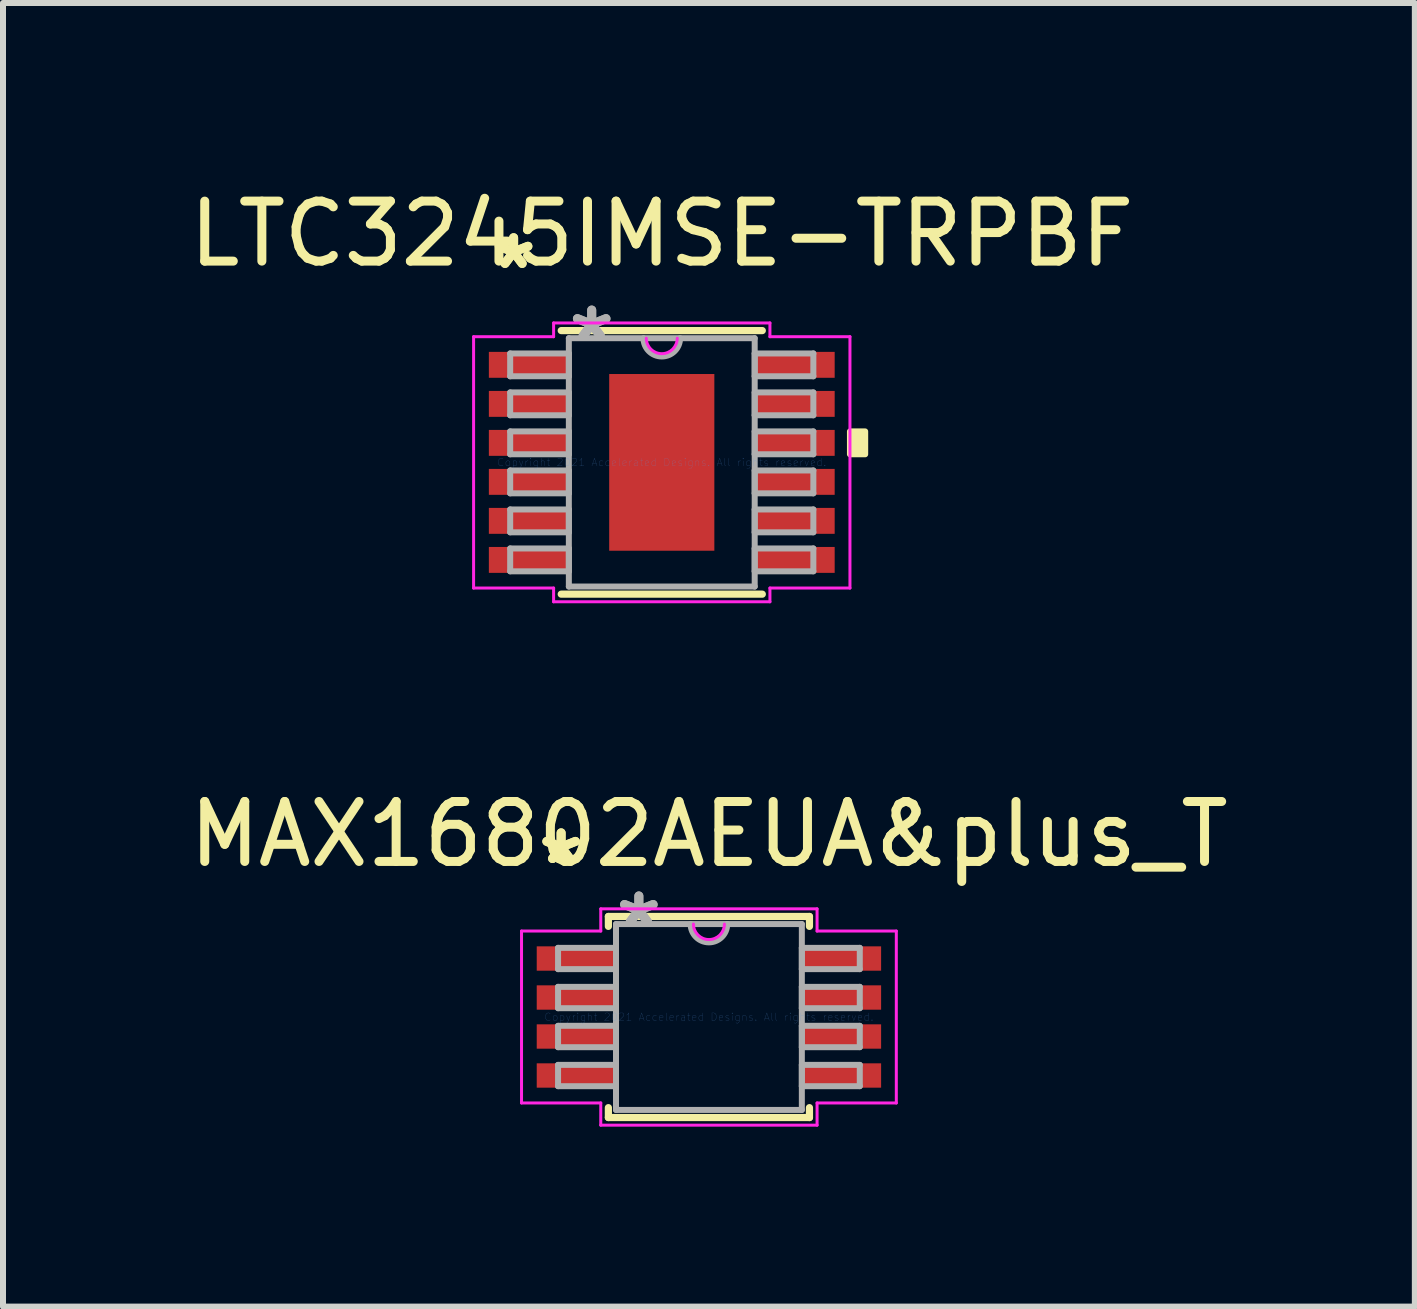
<source format=kicad_pcb>
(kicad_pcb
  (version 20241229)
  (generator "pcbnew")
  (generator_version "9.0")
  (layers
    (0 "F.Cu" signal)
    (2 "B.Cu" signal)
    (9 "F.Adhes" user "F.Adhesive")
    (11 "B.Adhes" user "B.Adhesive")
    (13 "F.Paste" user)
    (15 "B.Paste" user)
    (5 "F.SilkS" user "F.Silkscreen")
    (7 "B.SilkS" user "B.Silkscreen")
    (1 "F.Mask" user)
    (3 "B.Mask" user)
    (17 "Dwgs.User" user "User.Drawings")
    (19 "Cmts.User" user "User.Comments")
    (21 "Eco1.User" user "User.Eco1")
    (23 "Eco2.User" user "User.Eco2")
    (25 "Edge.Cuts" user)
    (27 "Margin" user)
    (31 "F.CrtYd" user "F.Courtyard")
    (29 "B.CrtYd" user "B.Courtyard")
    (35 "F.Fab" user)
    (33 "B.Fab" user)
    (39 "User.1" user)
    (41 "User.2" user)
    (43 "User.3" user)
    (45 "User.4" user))
  (footprint "MAX16802AEUA&plus_T"
    (layer "F.Cu")
    (at 8.768 13.904)
    (property "Reference" "MAX16802AEUA&plus_T" (at 0 -3.048 0) (layer "F.SilkS") (effects (font (size 1 1) (thickness 0.15))))
    (attr through_hole)
    (fp_line (start -1.676 -1.676) (end -1.676 -1.511) (stroke (width 0.12) (type solid)) (layer "F.SilkS"))
    (fp_line (start -1.676 1.511) (end -1.676 1.676) (stroke (width 0.12) (type solid)) (layer "F.SilkS"))
    (fp_line (start -1.676 1.676) (end 1.676 1.676) (stroke (width 0.12) (type solid)) (layer "F.SilkS"))
    (fp_line (start 1.676 -1.676) (end -1.676 -1.676) (stroke (width 0.12) (type solid)) (layer "F.SilkS"))
    (fp_line (start 1.676 -1.511) (end 1.676 -1.676) (stroke (width 0.12) (type solid)) (layer "F.SilkS"))
    (fp_line (start 1.676 1.676) (end 1.676 1.511) (stroke (width 0.12) (type solid)) (layer "F.SilkS"))
    (fp_line (start -3.124 -1.433) (end -1.803 -1.433) (stroke (width 0.05) (type solid)) (layer "F.CrtYd"))
    (fp_line (start -3.124 1.433) (end -3.124 -1.433) (stroke (width 0.05) (type solid)) (layer "F.CrtYd"))
    (fp_line (start -1.803 -1.803) (end 1.803 -1.803) (stroke (width 0.05) (type solid)) (layer "F.CrtYd"))
    (fp_line (start -1.803 -1.433) (end -1.803 -1.803) (stroke (width 0.05) (type solid)) (layer "F.CrtYd"))
    (fp_line (start -1.803 1.433) (end -3.124 1.433) (stroke (width 0.05) (type solid)) (layer "F.CrtYd"))
    (fp_line (start -1.803 1.803) (end -1.803 1.433) (stroke (width 0.05) (type solid)) (layer "F.CrtYd"))
    (fp_line (start 1.803 -1.803) (end 1.803 -1.433) (stroke (width 0.05) (type solid)) (layer "F.CrtYd"))
    (fp_line (start 1.803 -1.433) (end 3.124 -1.433) (stroke (width 0.05) (type solid)) (layer "F.CrtYd"))
    (fp_line (start 1.803 1.433) (end 1.803 1.803) (stroke (width 0.05) (type solid)) (layer "F.CrtYd"))
    (fp_line (start 1.803 1.803) (end -1.803 1.803) (stroke (width 0.05) (type solid)) (layer "F.CrtYd"))
    (fp_line (start 3.124 -1.433) (end 3.124 1.433) (stroke (width 0.05) (type solid)) (layer "F.CrtYd"))
    (fp_line (start 3.124 1.433) (end 1.803 1.433) (stroke (width 0.05) (type solid)) (layer "F.CrtYd"))
    (fp_arc (start 0.258233 -1.5494) (mid 0 -1.291167) (end -0.258233 -1.5494) (stroke (width 0.05) (type solid)) (layer "F.CrtYd"))
    (fp_line (start -2.515 -1.153) (end -2.515 -0.798) (stroke (width 0.1) (type solid)) (layer "F.Fab"))
    (fp_line (start -2.515 -0.798) (end -1.549 -0.798) (stroke (width 0.1) (type solid)) (layer "F.Fab"))
    (fp_line (start -2.515 -0.503) (end -2.515 -0.147) (stroke (width 0.1) (type solid)) (layer "F.Fab"))
    (fp_line (start -2.515 -0.147) (end -1.549 -0.147) (stroke (width 0.1) (type solid)) (layer "F.Fab"))
    (fp_line (start -2.515 0.147) (end -2.515 0.503) (stroke (width 0.1) (type solid)) (layer "F.Fab"))
    (fp_line (start -2.515 0.503) (end -1.549 0.503) (stroke (width 0.1) (type solid)) (layer "F.Fab"))
    (fp_line (start -2.515 0.798) (end -2.515 1.153) (stroke (width 0.1) (type solid)) (layer "F.Fab"))
    (fp_line (start -2.515 1.153) (end -1.549 1.153) (stroke (width 0.1) (type solid)) (layer "F.Fab"))
    (fp_line (start -1.549 -1.549) (end -1.549 1.549) (stroke (width 0.1) (type solid)) (layer "F.Fab"))
    (fp_line (start -1.549 -1.153) (end -2.515 -1.153) (stroke (width 0.1) (type solid)) (layer "F.Fab"))
    (fp_line (start -1.549 -0.798) (end -1.549 -1.153) (stroke (width 0.1) (type solid)) (layer "F.Fab"))
    (fp_line (start -1.549 -0.503) (end -2.515 -0.503) (stroke (width 0.1) (type solid)) (layer "F.Fab"))
    (fp_line (start -1.549 -0.147) (end -1.549 -0.503) (stroke (width 0.1) (type solid)) (layer "F.Fab"))
    (fp_line (start -1.549 0.147) (end -2.515 0.147) (stroke (width 0.1) (type solid)) (layer "F.Fab"))
    (fp_line (start -1.549 0.503) (end -1.549 0.147) (stroke (width 0.1) (type solid)) (layer "F.Fab"))
    (fp_line (start -1.549 0.798) (end -2.515 0.798) (stroke (width 0.1) (type solid)) (layer "F.Fab"))
    (fp_line (start -1.549 1.153) (end -1.549 0.798) (stroke (width 0.1) (type solid)) (layer "F.Fab"))
    (fp_line (start -1.549 1.549) (end 1.549 1.549) (stroke (width 0.1) (type solid)) (layer "F.Fab"))
    (fp_line (start 1.549 -1.549) (end -1.549 -1.549) (stroke (width 0.1) (type solid)) (layer "F.Fab"))
    (fp_line (start 1.549 -1.153) (end 1.549 -0.798) (stroke (width 0.1) (type solid)) (layer "F.Fab"))
    (fp_line (start 1.549 -0.798) (end 2.515 -0.798) (stroke (width 0.1) (type solid)) (layer "F.Fab"))
    (fp_line (start 1.549 -0.503) (end 1.549 -0.147) (stroke (width 0.1) (type solid)) (layer "F.Fab"))
    (fp_line (start 1.549 -0.147) (end 2.515 -0.147) (stroke (width 0.1) (type solid)) (layer "F.Fab"))
    (fp_line (start 1.549 0.147) (end 1.549 0.503) (stroke (width 0.1) (type solid)) (layer "F.Fab"))
    (fp_line (start 1.549 0.503) (end 2.515 0.503) (stroke (width 0.1) (type solid)) (layer "F.Fab"))
    (fp_line (start 1.549 0.798) (end 1.549 1.153) (stroke (width 0.1) (type solid)) (layer "F.Fab"))
    (fp_line (start 1.549 1.153) (end 2.515 1.153) (stroke (width 0.1) (type solid)) (layer "F.Fab"))
    (fp_line (start 1.549 1.549) (end 1.549 -1.549) (stroke (width 0.1) (type solid)) (layer "F.Fab"))
    (fp_line (start 2.515 -1.153) (end 1.549 -1.153) (stroke (width 0.1) (type solid)) (layer "F.Fab"))
    (fp_line (start 2.515 -0.798) (end 2.515 -1.153) (stroke (width 0.1) (type solid)) (layer "F.Fab"))
    (fp_line (start 2.515 -0.503) (end 1.549 -0.503) (stroke (width 0.1) (type solid)) (layer "F.Fab"))
    (fp_line (start 2.515 -0.147) (end 2.515 -0.503) (stroke (width 0.1) (type solid)) (layer "F.Fab"))
    (fp_line (start 2.515 0.147) (end 1.549 0.147) (stroke (width 0.1) (type solid)) (layer "F.Fab"))
    (fp_line (start 2.515 0.503) (end 2.515 0.147) (stroke (width 0.1) (type solid)) (layer "F.Fab"))
    (fp_line (start 2.515 0.798) (end 1.549 0.798) (stroke (width 0.1) (type solid)) (layer "F.Fab"))
    (fp_line (start 2.515 1.153) (end 2.515 0.798) (stroke (width 0.1) (type solid)) (layer "F.Fab"))
    (fp_arc (start 0.3048 -1.5494) (mid 0 -1.2446) (end -0.3048 -1.5494) (stroke (width 0.1) (type solid)) (layer "F.Fab"))
    (fp_text user "*" (at -2.464 -2.525 0) (layer "F.SilkS") (effects (font (size 1 1) (thickness 0.15))))
    (fp_text user "*" (at -2.464 -2.525 0) (layer "F.SilkS") (effects (font (size 1 1) (thickness 0.15))))
    (fp_text user "Copyright 2021 Accelerated Designs. All rights reserved." (at 0 0 0) (layer "Cmts.User") (effects (font (size 0.127 0.127) (thickness 0.002))))
    (fp_text user "*" (at -1.168 -1.473 0) (layer "F.Fab") (effects (font (size 1 1) (thickness 0.15))))
    (fp_text user "*" (at -1.168 -1.473 0) (layer "F.Fab") (effects (font (size 1 1) (thickness 0.15))))
    (pad "1" smd rect (at -2.21 -0.975) (size 1.321 0.406) (layers "F.Cu" "F.Mask" "F.Paste"))
    (pad "2" smd rect (at -2.21 -0.325) (size 1.321 0.406) (layers "F.Cu" "F.Mask" "F.Paste"))
    (pad "3" smd rect (at -2.21 0.325) (size 1.321 0.406) (layers "F.Cu" "F.Mask" "F.Paste"))
    (pad "4" smd rect (at -2.21 0.975) (size 1.321 0.406) (layers "F.Cu" "F.Mask" "F.Paste"))
    (pad "5" smd rect (at 2.21 0.975) (size 1.321 0.406) (layers "F.Cu" "F.Mask" "F.Paste"))
    (pad "6" smd rect (at 2.21 0.325) (size 1.321 0.406) (layers "F.Cu" "F.Mask" "F.Paste"))
    (pad "7" smd rect (at 2.21 -0.325) (size 1.321 0.406) (layers "F.Cu" "F.Mask" "F.Paste"))
    (pad "8" smd rect (at 2.21 -0.975) (size 1.321 0.406) (layers "F.Cu" "F.Mask" "F.Paste")))
  (footprint "LTC3245IMSE-TRPBF"
    (layer "F.Cu")
    (at 7.982 4.658)
    (property "Reference" "LTC3245IMSE-TRPBF" (at 0 -3.81 0) (layer "F.SilkS") (effects (font (size 1 1) (thickness 0.15))))
    (attr through_hole)
    (fp_line (start -1.676 2.197) (end 1.676 2.197) (stroke (width 0.12) (type solid)) (layer "F.SilkS"))
    (fp_line (start 1.676 -2.197) (end -1.676 -2.197) (stroke (width 0.12) (type solid)) (layer "F.SilkS"))
    (fp_poly (pts (xy 3.391 -0.516) (xy 3.391 -0.135) (xy 3.137 -0.135) (xy 3.137 -0.516)) (stroke (width 0.1) (type solid)) (fill yes) (layer "F.SilkS"))
    (fp_poly (pts (xy -0.776 -1.373) (xy -0.776 -0.1) (xy 0.776 -0.1) (xy 0.776 -1.373)) (stroke (width 0.1) (type solid)) (fill yes) (layer "F.Paste"))
    (fp_poly (pts (xy -0.776 0.1) (xy -0.776 1.373) (xy 0.776 1.373) (xy 0.776 0.1)) (stroke (width 0.1) (type solid)) (fill yes) (layer "F.Paste"))
    (fp_line (start -3.137 -2.095) (end -1.803 -2.095) (stroke (width 0.05) (type solid)) (layer "F.CrtYd"))
    (fp_line (start -3.137 2.095) (end -3.137 -2.095) (stroke (width 0.05) (type solid)) (layer "F.CrtYd"))
    (fp_line (start -1.803 -2.324) (end 1.803 -2.324) (stroke (width 0.05) (type solid)) (layer "F.CrtYd"))
    (fp_line (start -1.803 -2.095) (end -1.803 -2.324) (stroke (width 0.05) (type solid)) (layer "F.CrtYd"))
    (fp_line (start -1.803 2.095) (end -3.137 2.095) (stroke (width 0.05) (type solid)) (layer "F.CrtYd"))
    (fp_line (start -1.803 2.324) (end -1.803 2.095) (stroke (width 0.05) (type solid)) (layer "F.CrtYd"))
    (fp_line (start 1.803 -2.324) (end 1.803 -2.095) (stroke (width 0.05) (type solid)) (layer "F.CrtYd"))
    (fp_line (start 1.803 -2.095) (end 3.137 -2.095) (stroke (width 0.05) (type solid)) (layer "F.CrtYd"))
    (fp_line (start 1.803 2.095) (end 1.803 2.324) (stroke (width 0.05) (type solid)) (layer "F.CrtYd"))
    (fp_line (start 1.803 2.324) (end -1.803 2.324) (stroke (width 0.05) (type solid)) (layer "F.CrtYd"))
    (fp_line (start 3.137 -2.095) (end 3.137 2.095) (stroke (width 0.05) (type solid)) (layer "F.CrtYd"))
    (fp_line (start 3.137 2.095) (end 1.803 2.095) (stroke (width 0.05) (type solid)) (layer "F.CrtYd"))
    (fp_arc (start 0.258233 -2.0701) (mid 0 -1.811867) (end -0.258233 -2.0701) (stroke (width 0.05) (type solid)) (layer "F.CrtYd"))
    (fp_line (start -2.527 -1.816) (end -2.527 -1.435) (stroke (width 0.1) (type solid)) (layer "F.Fab"))
    (fp_line (start -2.527 -1.435) (end -1.549 -1.435) (stroke (width 0.1) (type solid)) (layer "F.Fab"))
    (fp_line (start -2.527 -1.166) (end -2.527 -0.785) (stroke (width 0.1) (type solid)) (layer "F.Fab"))
    (fp_line (start -2.527 -0.785) (end -1.549 -0.785) (stroke (width 0.1) (type solid)) (layer "F.Fab"))
    (fp_line (start -2.527 -0.516) (end -2.527 -0.135) (stroke (width 0.1) (type solid)) (layer "F.Fab"))
    (fp_line (start -2.527 -0.135) (end -1.549 -0.135) (stroke (width 0.1) (type solid)) (layer "F.Fab"))
    (fp_line (start -2.527 0.135) (end -2.527 0.516) (stroke (width 0.1) (type solid)) (layer "F.Fab"))
    (fp_line (start -2.527 0.516) (end -1.549 0.516) (stroke (width 0.1) (type solid)) (layer "F.Fab"))
    (fp_line (start -2.527 0.785) (end -2.527 1.166) (stroke (width 0.1) (type solid)) (layer "F.Fab"))
    (fp_line (start -2.527 1.166) (end -1.549 1.166) (stroke (width 0.1) (type solid)) (layer "F.Fab"))
    (fp_line (start -2.527 1.435) (end -2.527 1.816) (stroke (width 0.1) (type solid)) (layer "F.Fab"))
    (fp_line (start -2.527 1.816) (end -1.549 1.816) (stroke (width 0.1) (type solid)) (layer "F.Fab"))
    (fp_line (start -1.549 -2.07) (end -1.549 2.07) (stroke (width 0.1) (type solid)) (layer "F.Fab"))
    (fp_line (start -1.549 -1.816) (end -2.527 -1.816) (stroke (width 0.1) (type solid)) (layer "F.Fab"))
    (fp_line (start -1.549 -1.435) (end -1.549 -1.816) (stroke (width 0.1) (type solid)) (layer "F.Fab"))
    (fp_line (start -1.549 -1.166) (end -2.527 -1.166) (stroke (width 0.1) (type solid)) (layer "F.Fab"))
    (fp_line (start -1.549 -0.785) (end -1.549 -1.166) (stroke (width 0.1) (type solid)) (layer "F.Fab"))
    (fp_line (start -1.549 -0.516) (end -2.527 -0.516) (stroke (width 0.1) (type solid)) (layer "F.Fab"))
    (fp_line (start -1.549 -0.135) (end -1.549 -0.516) (stroke (width 0.1) (type solid)) (layer "F.Fab"))
    (fp_line (start -1.549 0.135) (end -2.527 0.135) (stroke (width 0.1) (type solid)) (layer "F.Fab"))
    (fp_line (start -1.549 0.516) (end -1.549 0.135) (stroke (width 0.1) (type solid)) (layer "F.Fab"))
    (fp_line (start -1.549 0.785) (end -2.527 0.785) (stroke (width 0.1) (type solid)) (layer "F.Fab"))
    (fp_line (start -1.549 1.166) (end -1.549 0.785) (stroke (width 0.1) (type solid)) (layer "F.Fab"))
    (fp_line (start -1.549 1.435) (end -2.527 1.435) (stroke (width 0.1) (type solid)) (layer "F.Fab"))
    (fp_line (start -1.549 1.816) (end -1.549 1.435) (stroke (width 0.1) (type solid)) (layer "F.Fab"))
    (fp_line (start -1.549 2.07) (end 1.549 2.07) (stroke (width 0.1) (type solid)) (layer "F.Fab"))
    (fp_line (start 1.549 -2.07) (end -1.549 -2.07) (stroke (width 0.1) (type solid)) (layer "F.Fab"))
    (fp_line (start 1.549 -1.816) (end 1.549 -1.435) (stroke (width 0.1) (type solid)) (layer "F.Fab"))
    (fp_line (start 1.549 -1.435) (end 2.527 -1.435) (stroke (width 0.1) (type solid)) (layer "F.Fab"))
    (fp_line (start 1.549 -1.166) (end 1.549 -0.785) (stroke (width 0.1) (type solid)) (layer "F.Fab"))
    (fp_line (start 1.549 -0.785) (end 2.527 -0.785) (stroke (width 0.1) (type solid)) (layer "F.Fab"))
    (fp_line (start 1.549 -0.516) (end 1.549 -0.135) (stroke (width 0.1) (type solid)) (layer "F.Fab"))
    (fp_line (start 1.549 -0.135) (end 2.527 -0.135) (stroke (width 0.1) (type solid)) (layer "F.Fab"))
    (fp_line (start 1.549 0.135) (end 1.549 0.516) (stroke (width 0.1) (type solid)) (layer "F.Fab"))
    (fp_line (start 1.549 0.516) (end 2.527 0.516) (stroke (width 0.1) (type solid)) (layer "F.Fab"))
    (fp_line (start 1.549 0.785) (end 1.549 1.166) (stroke (width 0.1) (type solid)) (layer "F.Fab"))
    (fp_line (start 1.549 1.166) (end 2.527 1.166) (stroke (width 0.1) (type solid)) (layer "F.Fab"))
    (fp_line (start 1.549 1.435) (end 1.549 1.816) (stroke (width 0.1) (type solid)) (layer "F.Fab"))
    (fp_line (start 1.549 1.816) (end 2.527 1.816) (stroke (width 0.1) (type solid)) (layer "F.Fab"))
    (fp_line (start 1.549 2.07) (end 1.549 -2.07) (stroke (width 0.1) (type solid)) (layer "F.Fab"))
    (fp_line (start 2.527 -1.816) (end 1.549 -1.816) (stroke (width 0.1) (type solid)) (layer "F.Fab"))
    (fp_line (start 2.527 -1.435) (end 2.527 -1.816) (stroke (width 0.1) (type solid)) (layer "F.Fab"))
    (fp_line (start 2.527 -1.166) (end 1.549 -1.166) (stroke (width 0.1) (type solid)) (layer "F.Fab"))
    (fp_line (start 2.527 -0.785) (end 2.527 -1.166) (stroke (width 0.1) (type solid)) (layer "F.Fab"))
    (fp_line (start 2.527 -0.516) (end 1.549 -0.516) (stroke (width 0.1) (type solid)) (layer "F.Fab"))
    (fp_line (start 2.527 -0.135) (end 2.527 -0.516) (stroke (width 0.1) (type solid)) (layer "F.Fab"))
    (fp_line (start 2.527 0.135) (end 1.549 0.135) (stroke (width 0.1) (type solid)) (layer "F.Fab"))
    (fp_line (start 2.527 0.516) (end 2.527 0.135) (stroke (width 0.1) (type solid)) (layer "F.Fab"))
    (fp_line (start 2.527 0.785) (end 1.549 0.785) (stroke (width 0.1) (type solid)) (layer "F.Fab"))
    (fp_line (start 2.527 1.166) (end 2.527 0.785) (stroke (width 0.1) (type solid)) (layer "F.Fab"))
    (fp_line (start 2.527 1.435) (end 1.549 1.435) (stroke (width 0.1) (type solid)) (layer "F.Fab"))
    (fp_line (start 2.527 1.816) (end 2.527 1.435) (stroke (width 0.1) (type solid)) (layer "F.Fab"))
    (fp_arc (start 0.3048 -2.0701) (mid 0 -1.7653) (end -0.3048 -2.0701) (stroke (width 0.1) (type solid)) (layer "F.Fab"))
    (fp_text user "*" (at -2.47 -3.2 0) (layer "F.SilkS") (effects (font (size 1 1) (thickness 0.15))))
    (fp_text user "*" (at -2.47 -3.2 0) (layer "F.SilkS") (effects (font (size 1 1) (thickness 0.15))))
    (fp_text user "Copyright 2021 Accelerated Designs. All rights reserved." (at 0 0 0) (layer "Cmts.User") (effects (font (size 0.127 0.127) (thickness 0.002))))
    (fp_text user "*" (at -1.168 -1.994 0) (layer "F.Fab") (effects (font (size 1 1) (thickness 0.15))))
    (fp_text user "*" (at -1.168 -1.994 0) (layer "F.Fab") (effects (font (size 1 1) (thickness 0.15))))
    (pad "1" smd rect (at -2.216 -1.626) (size 1.333 0.432) (layers "F.Cu" "F.Mask" "F.Paste"))
    (pad "2" smd rect (at -2.216 -0.975) (size 1.333 0.432) (layers "F.Cu" "F.Mask" "F.Paste"))
    (pad "3" smd rect (at -2.216 -0.325) (size 1.333 0.432) (layers "F.Cu" "F.Mask" "F.Paste"))
    (pad "4" smd rect (at -2.216 0.325) (size 1.333 0.432) (layers "F.Cu" "F.Mask" "F.Paste"))
    (pad "5" smd rect (at -2.216 0.975) (size 1.333 0.432) (layers "F.Cu" "F.Mask" "F.Paste"))
    (pad "6" smd rect (at -2.216 1.626) (size 1.333 0.432) (layers "F.Cu" "F.Mask" "F.Paste"))
    (pad "7" smd rect (at 2.216 1.626) (size 1.333 0.432) (layers "F.Cu" "F.Mask" "F.Paste"))
    (pad "8" smd rect (at 2.216 0.975) (size 1.333 0.432) (layers "F.Cu" "F.Mask" "F.Paste"))
    (pad "9" smd rect (at 2.216 0.325) (size 1.333 0.432) (layers "F.Cu" "F.Mask" "F.Paste"))
    (pad "10" smd rect (at 2.216 -0.325) (size 1.333 0.432) (layers "F.Cu" "F.Mask" "F.Paste"))
    (pad "11" smd rect (at 2.216 -0.975) (size 1.333 0.432) (layers "F.Cu" "F.Mask" "F.Paste"))
    (pad "12" smd rect (at 2.216 -1.626) (size 1.333 0.432) (layers "F.Cu" "F.Mask" "F.Paste"))
    (pad "EPAD" smd rect (at 0 0) (size 1.753 2.946) (layers "F.Cu" "F.Mask" "F.Paste")))
  (gr_rect
    (start -3 -3)
    (end 20.536 18.732)
    (stroke (width 0.1) (type default))
    (fill no)
    (layer "Edge.Cuts")))
</source>
